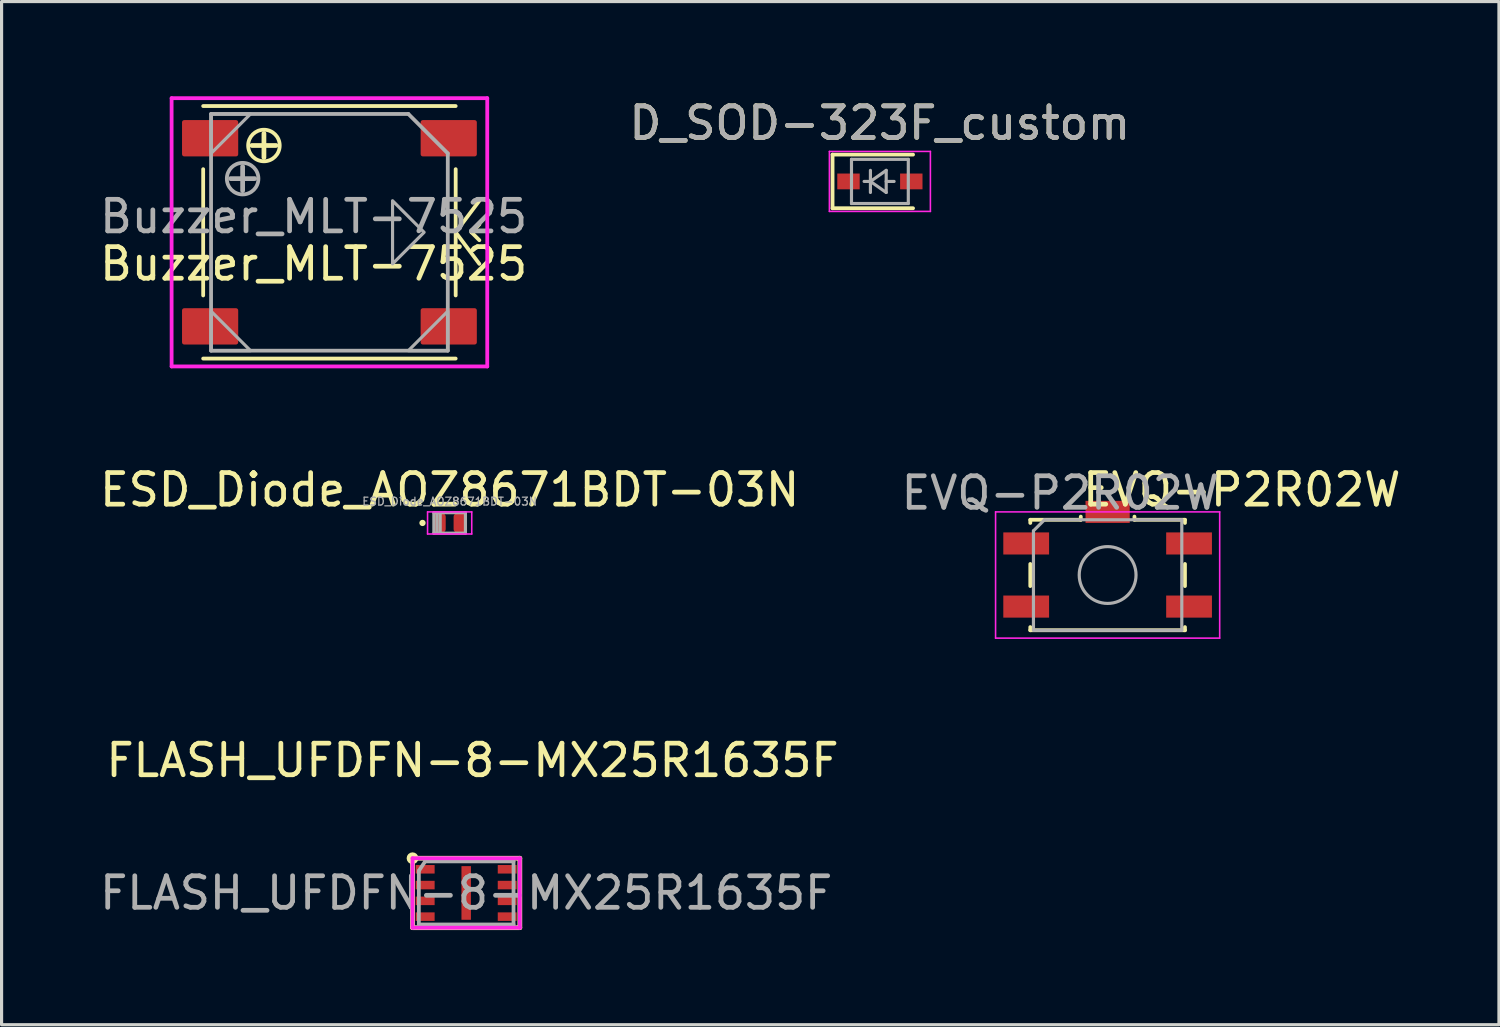
<source format=kicad_pcb>
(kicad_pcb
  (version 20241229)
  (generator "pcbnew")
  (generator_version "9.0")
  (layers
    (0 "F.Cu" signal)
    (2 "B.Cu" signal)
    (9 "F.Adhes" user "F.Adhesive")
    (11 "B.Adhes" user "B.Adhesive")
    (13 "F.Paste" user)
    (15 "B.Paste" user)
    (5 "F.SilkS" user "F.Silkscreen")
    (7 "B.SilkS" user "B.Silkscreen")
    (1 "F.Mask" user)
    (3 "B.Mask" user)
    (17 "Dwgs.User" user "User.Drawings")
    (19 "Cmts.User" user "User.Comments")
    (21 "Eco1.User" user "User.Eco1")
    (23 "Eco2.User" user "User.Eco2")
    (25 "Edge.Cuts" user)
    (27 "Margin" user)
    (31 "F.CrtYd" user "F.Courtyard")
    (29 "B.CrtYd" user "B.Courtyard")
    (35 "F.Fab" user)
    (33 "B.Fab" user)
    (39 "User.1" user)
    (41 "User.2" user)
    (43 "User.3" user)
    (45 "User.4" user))
  (footprint "ESD_Diode_AOZ8671BDT-03N"
    (layer "F.Cu")
    (at 11.196 13.518)
    (property "Reference" "ESD_Diode_AOZ8671BDT-03N" (at 0 -1.05 0) (layer "F.SilkS") (effects (font (size 1 1) (thickness 0.15))))
    (attr smd)
    (fp_circle (center -0.86 0) (end -0.81 0) (stroke (width 0.1) (type solid)) (fill no) (layer "F.SilkS"))
    (fp_line (start -0.7 -0.35) (end 0.7 -0.35) (stroke (width 0.05) (type solid)) (layer "F.CrtYd"))
    (fp_line (start -0.7 0.35) (end -0.7 -0.35) (stroke (width 0.05) (type solid)) (layer "F.CrtYd"))
    (fp_line (start 0.7 -0.35) (end 0.7 0.35) (stroke (width 0.05) (type solid)) (layer "F.CrtYd"))
    (fp_line (start 0.7 0.35) (end -0.7 0.35) (stroke (width 0.05) (type solid)) (layer "F.CrtYd"))
    (fp_line (start -0.5 -0.325) (end 0.5 -0.325) (stroke (width 0.1) (type solid)) (layer "F.Fab"))
    (fp_line (start -0.5 0.325) (end -0.5 -0.325) (stroke (width 0.1) (type solid)) (layer "F.Fab"))
    (fp_line (start -0.4 0.3) (end -0.4 -0.3) (stroke (width 0.1) (type solid)) (layer "F.Fab"))
    (fp_line (start -0.3 0.3) (end -0.3 -0.3) (stroke (width 0.1) (type solid)) (layer "F.Fab"))
    (fp_line (start 0.5 -0.325) (end 0.5 0.325) (stroke (width 0.1) (type solid)) (layer "F.Fab"))
    (fp_line (start 0.5 0.325) (end -0.5 0.325) (stroke (width 0.1) (type solid)) (layer "F.Fab"))
    (fp_text user "${REFERENCE}" (at 0 -0.68 0) (layer "F.Fab") (effects (font (size 0.25 0.25) (thickness 0.04))))
    (pad "" smd roundrect (at -0.325 0) (size 0.35 0.5) (layers "F.Paste") (roundrect_rratio 0.25))
    (pad "" smd roundrect (at 0.325 0) (size 0.35 0.5) (layers "F.Paste") (roundrect_rratio 0.25))
    (pad "1" smd roundrect (at -0.325 0) (size 0.4 0.6) (layers "F.Cu" "F.Mask") (roundrect_rratio 0.25))
    (pad "2" smd roundrect (at 0.325 0) (size 0.4 0.6) (layers "F.Cu" "F.Mask") (roundrect_rratio 0.25)))
  (footprint "D_SOD-323F_custom"
    (layer "F.Cu")
    (at 24.827 2.698)
    (property "Reference" "D_SOD-323F_custom" (at 0 -1.85 0) (layer "F.SilkS") (effects (font (size 1 1) (thickness 0.15))))
    (attr smd)
    (fp_line (start -1.5 -0.85) (end -1.5 0.85) (stroke (width 0.12) (type solid)) (layer "F.SilkS"))
    (fp_line (start -1.5 -0.85) (end 1.05 -0.85) (stroke (width 0.12) (type solid)) (layer "F.SilkS"))
    (fp_line (start -1.5 0.85) (end 1.05 0.85) (stroke (width 0.12) (type solid)) (layer "F.SilkS"))
    (fp_line (start -1.6 -0.95) (end -1.6 0.95) (stroke (width 0.05) (type solid)) (layer "F.CrtYd"))
    (fp_line (start -1.6 -0.95) (end 1.6 -0.95) (stroke (width 0.05) (type solid)) (layer "F.CrtYd"))
    (fp_line (start -1.6 0.95) (end 1.6 0.95) (stroke (width 0.05) (type solid)) (layer "F.CrtYd"))
    (fp_line (start 1.6 -0.95) (end 1.6 0.95) (stroke (width 0.05) (type solid)) (layer "F.CrtYd"))
    (fp_line (start -0.9 -0.7) (end 0.9 -0.7) (stroke (width 0.1) (type solid)) (layer "F.Fab"))
    (fp_line (start -0.9 0.7) (end -0.9 -0.7) (stroke (width 0.1) (type solid)) (layer "F.Fab"))
    (fp_line (start -0.3 -0.35) (end -0.3 0.35) (stroke (width 0.1) (type solid)) (layer "F.Fab"))
    (fp_line (start -0.3 0) (end -0.5 0) (stroke (width 0.1) (type solid)) (layer "F.Fab"))
    (fp_line (start -0.3 0) (end 0.2 -0.35) (stroke (width 0.1) (type solid)) (layer "F.Fab"))
    (fp_line (start 0.2 -0.35) (end 0.2 0.35) (stroke (width 0.1) (type solid)) (layer "F.Fab"))
    (fp_line (start 0.2 0) (end 0.45 0) (stroke (width 0.1) (type solid)) (layer "F.Fab"))
    (fp_line (start 0.2 0.35) (end -0.3 0) (stroke (width 0.1) (type solid)) (layer "F.Fab"))
    (fp_line (start 0.9 -0.7) (end 0.9 0.7) (stroke (width 0.1) (type solid)) (layer "F.Fab"))
    (fp_line (start 0.9 0.7) (end -0.9 0.7) (stroke (width 0.1) (type solid)) (layer "F.Fab"))
    (fp_text user "${REFERENCE}" (at 0 -1.85 0) (layer "F.Fab") (effects (font (size 1 1) (thickness 0.15))))
    (pad "1" smd rect (at -0.995 0) (size 0.71 0.5) (layers "F.Cu" "F.Mask" "F.Paste"))
    (pad "2" smd rect (at 0.995 0) (size 0.71 0.5) (layers "F.Cu" "F.Mask" "F.Paste")))
  (footprint "EVQ-P2R02W"
    (layer "F.Cu")
    (at 32.042 15.168)
    (property "Reference" "EVQ-P2R02W" (at 4.25 -2.7 0) (layer "F.SilkS") (effects (font (size 1 1) (thickness 0.15))))
    (attr smd)
    (fp_line (start -2.45 -1.75) (end -2.45 -1.65) (stroke (width 0.12) (type solid)) (layer "F.SilkS"))
    (fp_line (start -2.45 -0.35) (end -2.45 0.35) (stroke (width 0.12) (type solid)) (layer "F.SilkS"))
    (fp_line (start -2.45 1.65) (end -2.45 1.75) (stroke (width 0.12) (type solid)) (layer "F.SilkS"))
    (fp_line (start -2.45 1.75) (end 2.45 1.75) (stroke (width 0.12) (type solid)) (layer "F.SilkS"))
    (fp_line (start -0.85 -1.85) (end -0.85 -1.75) (stroke (width 0.12) (type solid)) (layer "F.SilkS"))
    (fp_line (start -0.85 -1.75) (end -2.45 -1.75) (stroke (width 0.12) (type solid)) (layer "F.SilkS"))
    (fp_line (start 0.85 -1.85) (end 0.85 -1.75) (stroke (width 0.12) (type solid)) (layer "F.SilkS"))
    (fp_line (start 2.45 -1.75) (end 0.85 -1.75) (stroke (width 0.12) (type solid)) (layer "F.SilkS"))
    (fp_line (start 2.45 -1.75) (end 2.45 -1.65) (stroke (width 0.12) (type solid)) (layer "F.SilkS"))
    (fp_line (start 2.45 -0.35) (end 2.45 0.35) (stroke (width 0.12) (type solid)) (layer "F.SilkS"))
    (fp_line (start 2.45 1.75) (end 2.45 1.65) (stroke (width 0.12) (type solid)) (layer "F.SilkS"))
    (fp_line (start -3.55 -2) (end 3.55 -2) (stroke (width 0.05) (type solid)) (layer "F.CrtYd"))
    (fp_line (start -3.55 2) (end -3.55 -2) (stroke (width 0.05) (type solid)) (layer "F.CrtYd"))
    (fp_line (start 3.55 -2) (end 3.55 2) (stroke (width 0.05) (type solid)) (layer "F.CrtYd"))
    (fp_line (start 3.55 2) (end -3.55 2) (stroke (width 0.05) (type solid)) (layer "F.CrtYd"))
    (fp_line (start -2.35 -1.4) (end -2 -1.75) (stroke (width 0.1) (type solid)) (layer "F.Fab"))
    (fp_line (start -2.35 1.75) (end -2.35 -1.4) (stroke (width 0.1) (type solid)) (layer "F.Fab"))
    (fp_line (start -2 -1.75) (end 2.35 -1.75) (stroke (width 0.1) (type solid)) (layer "F.Fab"))
    (fp_line (start 2.35 -1.75) (end 2.35 1.75) (stroke (width 0.1) (type solid)) (layer "F.Fab"))
    (fp_line (start 2.35 1.75) (end -2.35 1.75) (stroke (width 0.1) (type solid)) (layer "F.Fab"))
    (fp_circle (center 0 0) (end 0.9 0) (stroke (width 0.1) (type solid)) (fill no) (layer "F.Fab"))
    (fp_text user "${REFERENCE}" (at -1.5 -2.6 0) (layer "F.Fab") (effects (font (size 1 1) (thickness 0.15))))
    (pad "1" smd rect (at -2.58 -1) (size 1.45 0.7) (layers "F.Cu" "F.Mask" "F.Paste"))
    (pad "1" smd rect (at 2.58 -1) (size 1.45 0.7) (layers "F.Cu" "F.Mask" "F.Paste"))
    (pad "2" smd rect (at -2.58 1) (size 1.45 0.7) (layers "F.Cu" "F.Mask" "F.Paste"))
    (pad "2" smd rect (at 2.58 1) (size 1.45 0.7) (layers "F.Cu" "F.Mask" "F.Paste"))
    (pad "3" smd rect (at 0 -2) (size 1.4 0.7) (layers "F.Cu" "F.Mask" "F.Paste")))
  (footprint "FLASH_UFDFN-8-MX25R1635F"
    (layer "F.Cu")
    (at 11.72 25.241)
    (property "Reference" "FLASH_UFDFN-8-MX25R1635F" (at 0.2 -4.2 0) (layer "F.SilkS") (effects (font (size 1 1) (thickness 0.15))))
    (attr through_hole)
    (fp_line (start -1.712 -1.1) (end 1.7 -1.1) (stroke (width 0.15) (type solid)) (layer "F.SilkS"))
    (fp_line (start -1.7 -1.1) (end -1.7 1.1) (stroke (width 0.15) (type solid)) (layer "F.SilkS"))
    (fp_line (start -1.7 1.1) (end 1.7 1.1) (stroke (width 0.15) (type solid)) (layer "F.SilkS"))
    (fp_line (start 1.7 -1.1) (end 1.7 1.1) (stroke (width 0.15) (type solid)) (layer "F.SilkS"))
    (fp_circle (center -1.7 -1.1) (end -1.8 -1.15) (stroke (width 0.15) (type solid)) (fill no) (layer "F.SilkS"))
    (fp_line (start -1.7 -1.1) (end 1.7 -1.1) (stroke (width 0.12) (type solid)) (layer "F.CrtYd"))
    (fp_line (start -1.7 1.1) (end -1.7 -1.1) (stroke (width 0.12) (type solid)) (layer "F.CrtYd"))
    (fp_line (start 1.7 -1.1) (end 1.7 1.1) (stroke (width 0.12) (type solid)) (layer "F.CrtYd"))
    (fp_line (start 1.7 1.1) (end -1.7 1.1) (stroke (width 0.12) (type solid)) (layer "F.CrtYd"))
    (fp_line (start -1.5 -0.7) (end -1.5 1) (stroke (width 0.12) (type solid)) (layer "F.Fab"))
    (fp_line (start -1.5 -0.7) (end -1.3 -1) (stroke (width 0.12) (type solid)) (layer "F.Fab"))
    (fp_line (start -1.5 1) (end 1.5 1) (stroke (width 0.12) (type solid)) (layer "F.Fab"))
    (fp_line (start 1.5 -1) (end -1.3 -1) (stroke (width 0.12) (type solid)) (layer "F.Fab"))
    (fp_line (start 1.5 1) (end 1.5 -1) (stroke (width 0.12) (type solid)) (layer "F.Fab"))
    (fp_text user "${REFERENCE}" (at 0 0 0) (layer "F.Fab") (effects (font (size 1 1) (thickness 0.15))))
    (pad "1" smd rect (at -1.3 -0.75) (size 0.6 0.27) (layers "F.Cu" "F.Mask" "F.Paste"))
    (pad "2" smd rect (at -1.3 -0.25) (size 0.6 0.27) (layers "F.Cu" "F.Mask" "F.Paste"))
    (pad "3" smd rect (at -1.3 0.25) (size 0.6 0.27) (layers "F.Cu" "F.Mask" "F.Paste"))
    (pad "4" smd rect (at -1.3 0.75) (size 0.6 0.27) (layers "F.Cu" "F.Mask" "F.Paste"))
    (pad "5" smd rect (at 1.3 0.75) (size 0.6 0.27) (layers "F.Cu" "F.Mask" "F.Paste"))
    (pad "6" smd rect (at 1.3 0.25) (size 0.6 0.27) (layers "F.Cu" "F.Mask" "F.Paste"))
    (pad "7" smd rect (at 1.3 -0.25) (size 0.6 0.27) (layers "F.Cu" "F.Mask" "F.Paste"))
    (pad "8" smd rect (at 1.3 -0.75) (size 0.6 0.27) (layers "F.Cu" "F.Mask" "F.Paste"))
    (pad "9" smd rect (at 0 0) (size 0.3 1.7) (layers "F.Cu" "F.Mask" "F.Paste")))
  (footprint "Buzzer_MLT-7525"
    (layer "F.Cu")
    (at 7.387 4.31)
    (property "Reference" "Buzzer_MLT-7525" (at -0.5 1 0) (layer "F.SilkS") (effects (font (size 1 1) (thickness 0.15))))
    (attr through_hole)
    (fp_line (start -4 -4) (end 4 -4) (stroke (width 0.12) (type solid)) (layer "F.SilkS"))
    (fp_line (start -4 -2) (end -4 2) (stroke (width 0.12) (type solid)) (layer "F.SilkS"))
    (fp_line (start -4 4) (end 4 4) (stroke (width 0.12) (type solid)) (layer "F.SilkS"))
    (fp_line (start 4 0) (end 4.75 -1) (stroke (width 0.12) (type solid)) (layer "F.SilkS"))
    (fp_line (start 4 0) (end 4.75 1) (stroke (width 0.12) (type solid)) (layer "F.SilkS"))
    (fp_line (start 4 2) (end 4 -2) (stroke (width 0.12) (type solid)) (layer "F.SilkS"))
    (fp_line (start 4.5 0) (end 4.75 -0.25) (stroke (width 0.12) (type solid)) (layer "F.SilkS"))
    (fp_line (start 4.5 0) (end 4.75 0.25) (stroke (width 0.12) (type solid)) (layer "F.SilkS"))
    (fp_circle (center -2.075 -2.75) (end -2.075 -2.25) (stroke (width 0.12) (type solid)) (fill no) (layer "F.SilkS"))
    (fp_line (start -5 -4.25) (end -5 4.25) (stroke (width 0.12) (type solid)) (layer "F.CrtYd"))
    (fp_line (start -5 4.25) (end 5 4.25) (stroke (width 0.12) (type solid)) (layer "F.CrtYd"))
    (fp_line (start 5 -4.25) (end -5 -4.25) (stroke (width 0.12) (type solid)) (layer "F.CrtYd"))
    (fp_line (start 5 4.25) (end 5 -4.25) (stroke (width 0.12) (type solid)) (layer "F.CrtYd"))
    (fp_line (start -3.75 -3.75) (end 2.5 -3.75) (stroke (width 0.12) (type solid)) (layer "F.Fab"))
    (fp_line (start -3.75 3.75) (end -3.75 -3.75) (stroke (width 0.12) (type solid)) (layer "F.Fab"))
    (fp_line (start -3.75 3.75) (end 3.75 3.75) (stroke (width 0.12) (type solid)) (layer "F.Fab"))
    (fp_line (start 3.75 -2.5) (end 2.5 -3.75) (stroke (width 0.12) (type solid)) (layer "F.Fab"))
    (fp_line (start 3.75 3.75) (end 3.75 -2.5) (stroke (width 0.12) (type solid)) (layer "F.Fab"))
    (fp_circle (center -2.75 -1.7) (end -2.25 -1.7) (stroke (width 0.12) (type solid)) (fill no) (layer "F.Fab"))
    (fp_poly (pts (xy -3.75 -3.75) (xy -2.5 -3.75) (xy -3.75 -2.5)) (stroke (width 0.1) (type solid)) (fill no) (layer "F.Fab"))
    (fp_poly (pts (xy -3.75 3.75) (xy -3.75 2.5) (xy -2.5 3.75)) (stroke (width 0.1) (type solid)) (fill no) (layer "F.Fab"))
    (fp_poly (pts (xy 3 0) (xy 2 1) (xy 2 -1)) (stroke (width 0.1) (type solid)) (fill no) (layer "F.Fab"))
    (fp_poly (pts (xy 3.75 3.75) (xy 2.5 3.75) (xy 3.75 2.5)) (stroke (width 0.1) (type solid)) (fill no) (layer "F.Fab"))
    (fp_text user "+" (at -2.075 -2.825 0) (layer "F.SilkS") (effects (font (size 1 1) (thickness 0.15))))
    (fp_text user "${REFERENCE}" (at -0.5 -0.5 180) (layer "F.Fab") (effects (font (size 1 1) (thickness 0.15))))
    (fp_text user "+" (at -2.75 -1.775 0) (layer "F.Fab") (effects (font (size 1 1) (thickness 0.15))))
    (pad "" smd roundrect (at 3.78 -2.98 180) (size 1.78 1.15) (layers "F.Cu" "F.Mask" "F.Paste") (roundrect_rratio 0.06))
    (pad "" smd roundrect (at 3.78 2.98 180) (size 1.78 1.15) (layers "F.Cu" "F.Mask" "F.Paste") (roundrect_rratio 0.06))
    (pad "1" smd roundrect (at -3.78 -2.98 180) (size 1.78 1.15) (layers "F.Cu" "F.Mask" "F.Paste") (roundrect_rratio 0.06))
    (pad "2" smd roundrect (at -3.78 2.98 180) (size 1.78 1.15) (layers "F.Cu" "F.Mask" "F.Paste") (roundrect_rratio 0.06)))
  (gr_rect
    (start -3 -3)
    (end 44.44 29.416)
    (stroke (width 0.1) (type default))
    (fill no)
    (layer "Edge.Cuts")))
</source>
